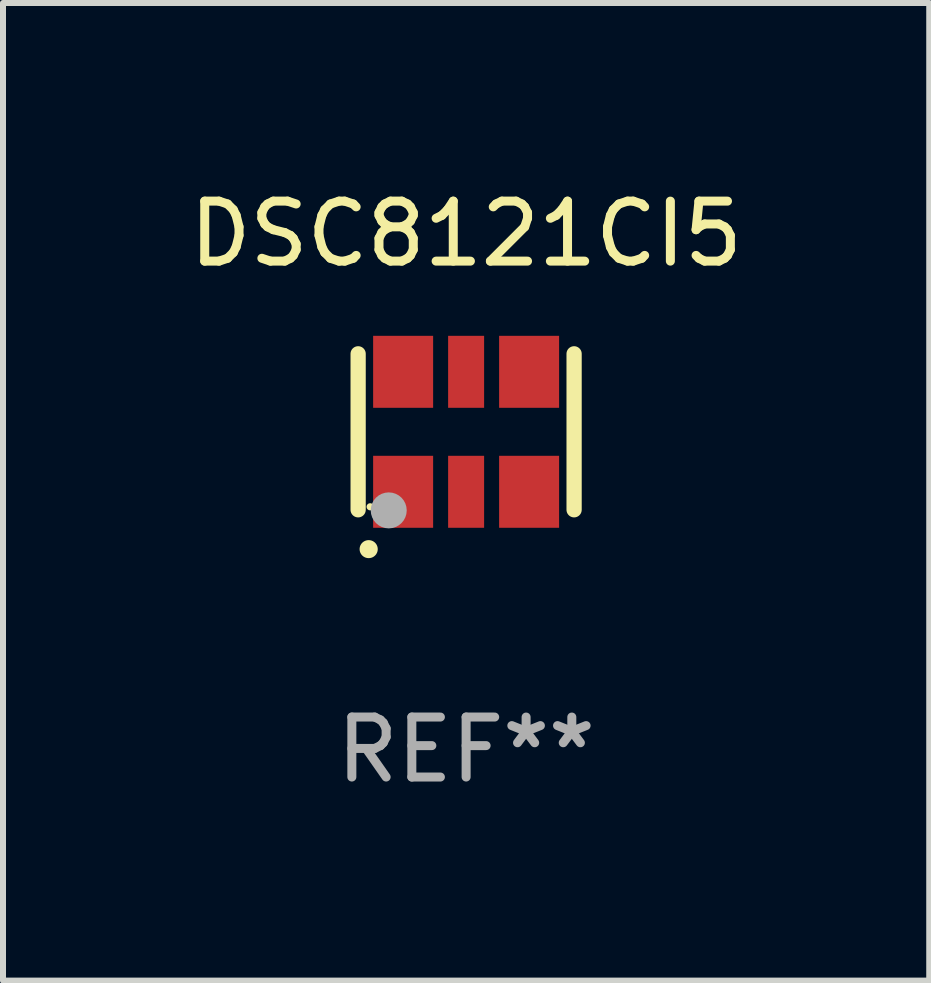
<source format=kicad_pcb>
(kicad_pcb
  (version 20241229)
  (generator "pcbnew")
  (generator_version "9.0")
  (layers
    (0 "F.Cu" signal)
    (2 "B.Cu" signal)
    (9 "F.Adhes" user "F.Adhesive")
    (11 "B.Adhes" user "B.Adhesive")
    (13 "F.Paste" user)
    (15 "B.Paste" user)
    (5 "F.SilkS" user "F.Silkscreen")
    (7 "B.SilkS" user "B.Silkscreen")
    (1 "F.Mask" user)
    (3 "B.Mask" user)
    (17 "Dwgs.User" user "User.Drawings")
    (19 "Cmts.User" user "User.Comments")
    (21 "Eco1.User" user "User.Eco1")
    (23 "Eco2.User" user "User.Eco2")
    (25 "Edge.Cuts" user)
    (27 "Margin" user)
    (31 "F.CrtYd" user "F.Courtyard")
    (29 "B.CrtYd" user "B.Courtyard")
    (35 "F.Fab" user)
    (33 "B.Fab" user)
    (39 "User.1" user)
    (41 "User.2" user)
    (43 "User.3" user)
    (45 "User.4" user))
  (footprint "DSC8121CI5"
    (layer "F.Cu")
    (at 4.72 4.148)
    (property "Reference" "DSC8121CI5" (at 0 -3.3 0) (layer "F.SilkS") (effects (font (size 1 1) (thickness 0.15))))
    (attr through_hole)
    (fp_line (start -1.8 -1.3) (end -1.8 1.3) (stroke (width 0.254) (type solid)) (layer "F.SilkS"))
    (fp_line (start 1.8 -1.3) (end 1.8 1.3) (stroke (width 0.254) (type solid)) (layer "F.SilkS"))
    (fp_arc (start -1.625603 1.955804) (mid -1.624333 1.955799) (end -1.623063 1.955804) (stroke (width 0.3) (type solid)) (layer "F.SilkS"))
    (fp_circle (center -1.6 1.25) (end -1.57 1.25) (stroke (width 0.06) (type solid)) (fill no) (layer "F.SilkS"))
    (fp_circle (center -1.29 1.31) (end -1.14 1.31) (stroke (width 0.3) (type solid)) (fill no) (layer "F.Fab"))
    (fp_text user "REF**" (at 0 5.3 0) (layer "F.Fab") (effects (font (size 1 1) (thickness 0.15))))
    (pad "1" smd rect (at -1.05 1) (size 1 1.2) (layers "F.Cu" "F.Mask" "F.Paste"))
    (pad "2" smd rect (at 0 1) (size 0.6 1.2) (layers "F.Cu" "F.Mask" "F.Paste"))
    (pad "3" smd rect (at 1.05 1) (size 1 1.2) (layers "F.Cu" "F.Mask" "F.Paste"))
    (pad "4" smd rect (at 1.05 -1) (size 1 1.2) (layers "F.Cu" "F.Mask" "F.Paste"))
    (pad "5" smd rect (at 0 -1) (size 0.6 1.2) (layers "F.Cu" "F.Mask" "F.Paste"))
    (pad "6" smd rect (at -1.05 -1) (size 1 1.2) (layers "F.Cu" "F.Mask" "F.Paste")))
  (gr_rect
    (start -3 -3)
    (end 12.44 13.296)
    (stroke (width 0.1) (type default))
    (fill no)
    (layer "Edge.Cuts")))
</source>
